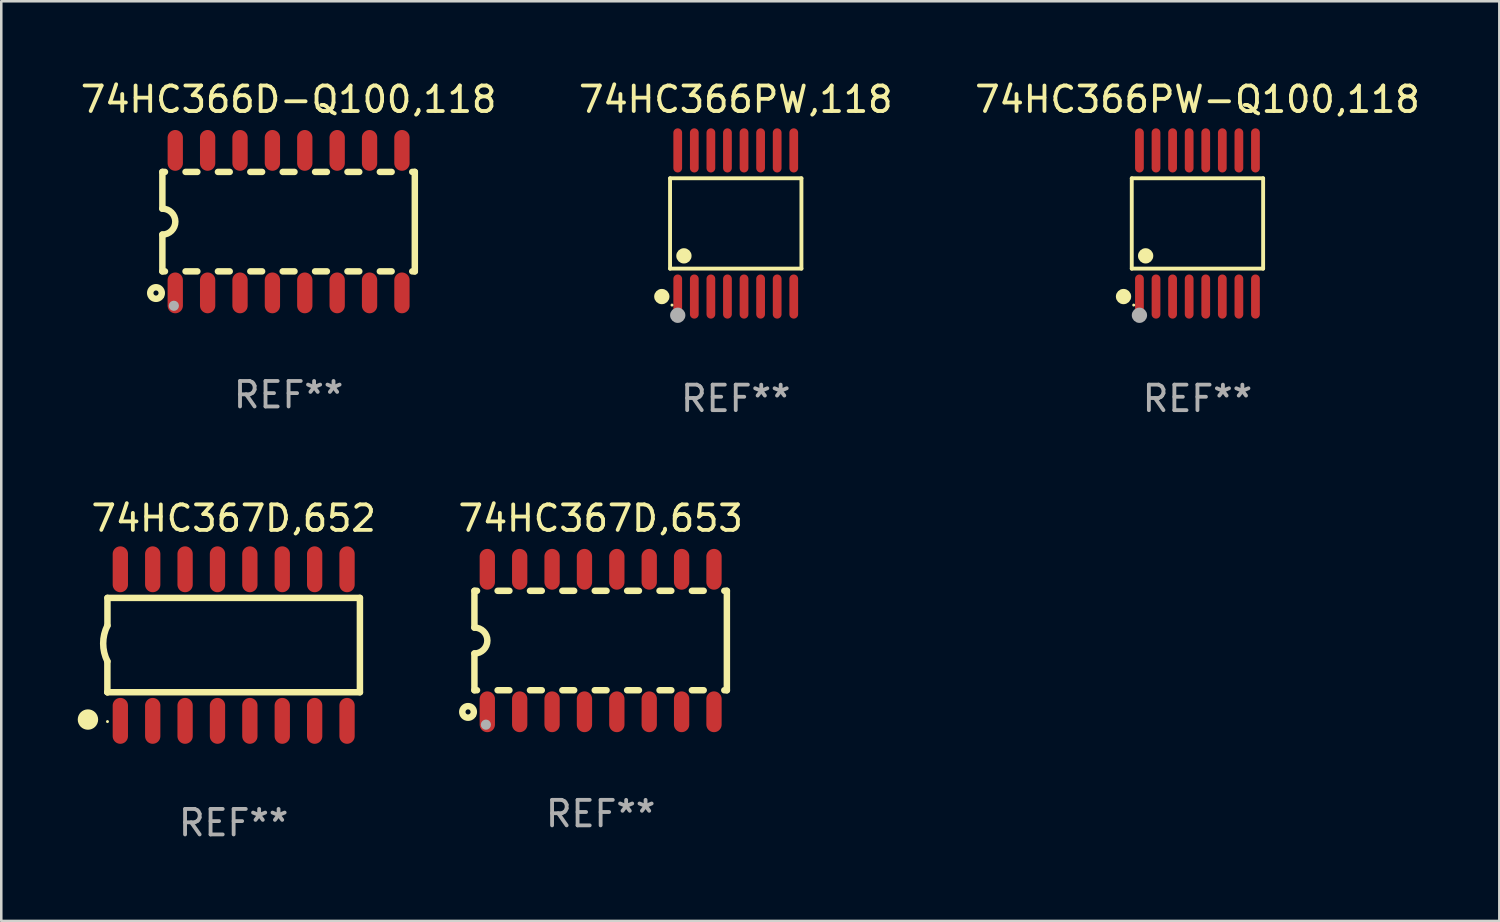
<source format=kicad_pcb>
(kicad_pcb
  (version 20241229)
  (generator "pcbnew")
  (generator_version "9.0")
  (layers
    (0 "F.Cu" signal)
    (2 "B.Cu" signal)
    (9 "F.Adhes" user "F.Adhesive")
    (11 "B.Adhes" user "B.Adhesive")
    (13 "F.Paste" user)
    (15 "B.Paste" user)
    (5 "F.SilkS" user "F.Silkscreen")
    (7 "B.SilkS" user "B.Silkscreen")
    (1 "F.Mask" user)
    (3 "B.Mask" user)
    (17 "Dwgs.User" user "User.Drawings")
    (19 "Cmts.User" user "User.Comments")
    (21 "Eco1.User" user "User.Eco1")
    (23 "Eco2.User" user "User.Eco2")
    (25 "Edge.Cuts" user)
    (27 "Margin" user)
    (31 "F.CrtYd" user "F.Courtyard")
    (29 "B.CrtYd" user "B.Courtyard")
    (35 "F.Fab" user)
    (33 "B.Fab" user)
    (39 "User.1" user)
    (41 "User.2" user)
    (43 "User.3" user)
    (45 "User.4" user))
  (footprint "74HC366PW,118"
    (layer "F.Cu")
    (at 25.804 5.714)
    (property "Reference" "74HC366PW,118" (at 0 -4.866 0) (layer "F.SilkS") (effects (font (size 1 1) (thickness 0.15))))
    (attr through_hole)
    (fp_line (start -2.576 -1.772) (end 2.576 -1.772) (stroke (width 0.152) (type solid)) (layer "F.SilkS"))
    (fp_line (start -2.576 1.771) (end -2.576 -1.772) (stroke (width 0.152) (type solid)) (layer "F.SilkS"))
    (fp_line (start 2.576 -1.772) (end 2.576 1.771) (stroke (width 0.152) (type solid)) (layer "F.SilkS"))
    (fp_line (start 2.576 1.771) (end -2.576 1.771) (stroke (width 0.152) (type solid)) (layer "F.SilkS"))
    (fp_circle (center -2.899 2.866) (end -2.749 2.866) (stroke (width 0.3) (type solid)) (fill no) (layer "F.SilkS"))
    (fp_circle (center -2.5 3.2) (end -2.47 3.2) (stroke (width 0.06) (type solid)) (fill no) (layer "F.SilkS"))
    (fp_circle (center -2.032 1.27) (end -1.882 1.27) (stroke (width 0.3) (type solid)) (fill no) (layer "F.SilkS"))
    (fp_circle (center -2.275 3.6) (end -2.125 3.6) (stroke (width 0.3) (type solid)) (fill no) (layer "F.Fab"))
    (fp_text user "REF**" (at 0 6.866 0) (layer "F.Fab") (effects (font (size 1 1) (thickness 0.15))))
    (pad "1" smd oval (at -2.275 2.866) (size 0.343 1.731) (layers "F.Cu" "F.Mask" "F.Paste"))
    (pad "2" smd oval (at -1.625 2.866) (size 0.343 1.731) (layers "F.Cu" "F.Mask" "F.Paste"))
    (pad "3" smd oval (at -0.975 2.866) (size 0.343 1.731) (layers "F.Cu" "F.Mask" "F.Paste"))
    (pad "4" smd oval (at -0.325 2.866) (size 0.343 1.731) (layers "F.Cu" "F.Mask" "F.Paste"))
    (pad "5" smd oval (at 0.325 2.866) (size 0.343 1.731) (layers "F.Cu" "F.Mask" "F.Paste"))
    (pad "6" smd oval (at 0.975 2.866) (size 0.343 1.731) (layers "F.Cu" "F.Mask" "F.Paste"))
    (pad "7" smd oval (at 1.625 2.866) (size 0.343 1.731) (layers "F.Cu" "F.Mask" "F.Paste"))
    (pad "8" smd oval (at 2.275 2.866) (size 0.343 1.731) (layers "F.Cu" "F.Mask" "F.Paste"))
    (pad "9" smd oval (at 2.275 -2.866) (size 0.343 1.731) (layers "F.Cu" "F.Mask" "F.Paste"))
    (pad "10" smd oval (at 1.625 -2.866) (size 0.343 1.731) (layers "F.Cu" "F.Mask" "F.Paste"))
    (pad "11" smd oval (at 0.975 -2.866) (size 0.343 1.731) (layers "F.Cu" "F.Mask" "F.Paste"))
    (pad "12" smd oval (at 0.325 -2.866) (size 0.343 1.731) (layers "F.Cu" "F.Mask" "F.Paste"))
    (pad "13" smd oval (at -0.325 -2.866) (size 0.343 1.731) (layers "F.Cu" "F.Mask" "F.Paste"))
    (pad "14" smd oval (at -0.975 -2.866) (size 0.343 1.731) (layers "F.Cu" "F.Mask" "F.Paste"))
    (pad "15" smd oval (at -1.625 -2.866) (size 0.343 1.731) (layers "F.Cu" "F.Mask" "F.Paste"))
    (pad "16" smd oval (at -2.275 -2.866) (size 0.343 1.731) (layers "F.Cu" "F.Mask" "F.Paste")))
  (footprint "74HC367D,653"
    (layer "F.Cu")
    (at 20.506 22.07)
    (property "Reference" "74HC367D,653" (at 0 -4.794 0) (layer "F.SilkS") (effects (font (size 1 1) (thickness 0.15))))
    (attr through_hole)
    (fp_line (start -4.95 -1.95) (end -4.95 -0.508) (stroke (width 0.254) (type solid)) (layer "F.SilkS"))
    (fp_line (start -4.95 -1.95) (end -4.849 -1.95) (stroke (width 0.254) (type solid)) (layer "F.SilkS"))
    (fp_line (start -4.95 1.95) (end -4.95 0.508) (stroke (width 0.254) (type solid)) (layer "F.SilkS"))
    (fp_line (start -4.95 1.95) (end -4.849 1.95) (stroke (width 0.254) (type solid)) (layer "F.SilkS"))
    (fp_line (start -4.041 -1.95) (end -3.579 -1.95) (stroke (width 0.254) (type solid)) (layer "F.SilkS"))
    (fp_line (start -4.041 1.95) (end -3.579 1.95) (stroke (width 0.254) (type solid)) (layer "F.SilkS"))
    (fp_line (start -2.771 -1.95) (end -2.309 -1.95) (stroke (width 0.254) (type solid)) (layer "F.SilkS"))
    (fp_line (start -2.771 1.95) (end -2.309 1.95) (stroke (width 0.254) (type solid)) (layer "F.SilkS"))
    (fp_line (start -1.501 -1.95) (end -1.039 -1.95) (stroke (width 0.254) (type solid)) (layer "F.SilkS"))
    (fp_line (start -1.501 1.95) (end -1.039 1.95) (stroke (width 0.254) (type solid)) (layer "F.SilkS"))
    (fp_line (start -0.231 -1.95) (end 0.231 -1.95) (stroke (width 0.254) (type solid)) (layer "F.SilkS"))
    (fp_line (start -0.231 1.95) (end 0.231 1.95) (stroke (width 0.254) (type solid)) (layer "F.SilkS"))
    (fp_line (start 1.039 -1.95) (end 1.501 -1.95) (stroke (width 0.254) (type solid)) (layer "F.SilkS"))
    (fp_line (start 1.039 1.95) (end 1.501 1.95) (stroke (width 0.254) (type solid)) (layer "F.SilkS"))
    (fp_line (start 2.309 -1.95) (end 2.771 -1.95) (stroke (width 0.254) (type solid)) (layer "F.SilkS"))
    (fp_line (start 2.309 1.95) (end 2.771 1.95) (stroke (width 0.254) (type solid)) (layer "F.SilkS"))
    (fp_line (start 3.579 -1.95) (end 4.041 -1.95) (stroke (width 0.254) (type solid)) (layer "F.SilkS"))
    (fp_line (start 3.579 1.95) (end 4.041 1.95) (stroke (width 0.254) (type solid)) (layer "F.SilkS"))
    (fp_line (start 4.849 -1.95) (end 4.95 -1.95) (stroke (width 0.254) (type solid)) (layer "F.SilkS"))
    (fp_line (start 4.849 1.95) (end 4.95 1.95) (stroke (width 0.254) (type solid)) (layer "F.SilkS"))
    (fp_line (start 4.95 -1.95) (end 4.95 1.95) (stroke (width 0.254) (type solid)) (layer "F.SilkS"))
    (fp_arc (start -4.95047 -0.508001) (mid -4.442469 -0.000228) (end -4.950013 0.508001) (stroke (width 0.254001) (type solid)) (layer "F.SilkS"))
    (fp_circle (center -5.2 2.8) (end -5.1 2.8) (stroke (width 0.254) (type solid)) (fill no) (layer "F.SilkS"))
    (fp_circle (center -4.95 2.947) (end -4.92 2.947) (stroke (width 0.06) (type solid)) (fill no) (layer "F.SilkS"))
    (fp_circle (center -4.5 3.3) (end -4.4 3.3) (stroke (width 0.2) (type solid)) (fill no) (layer "F.Fab"))
    (fp_text user "REF**" (at 0 6.794 0) (layer "F.Fab") (effects (font (size 1 1) (thickness 0.15))))
    (pad "1" smd oval (at -4.445 2.794) (size 0.6 1.6) (layers "F.Cu" "F.Mask" "F.Paste"))
    (pad "2" smd oval (at -3.175 2.794) (size 0.6 1.6) (layers "F.Cu" "F.Mask" "F.Paste"))
    (pad "3" smd oval (at -1.905 2.794) (size 0.6 1.6) (layers "F.Cu" "F.Mask" "F.Paste"))
    (pad "4" smd oval (at -0.635 2.794) (size 0.6 1.6) (layers "F.Cu" "F.Mask" "F.Paste"))
    (pad "5" smd oval (at 0.635 2.794) (size 0.6 1.6) (layers "F.Cu" "F.Mask" "F.Paste"))
    (pad "6" smd oval (at 1.905 2.794) (size 0.6 1.6) (layers "F.Cu" "F.Mask" "F.Paste"))
    (pad "7" smd oval (at 3.175 2.794) (size 0.6 1.6) (layers "F.Cu" "F.Mask" "F.Paste"))
    (pad "8" smd oval (at 4.445 2.794) (size 0.6 1.6) (layers "F.Cu" "F.Mask" "F.Paste"))
    (pad "9" smd oval (at 4.445 -2.794) (size 0.6 1.6) (layers "F.Cu" "F.Mask" "F.Paste"))
    (pad "10" smd oval (at 3.175 -2.794) (size 0.6 1.6) (layers "F.Cu" "F.Mask" "F.Paste"))
    (pad "11" smd oval (at 1.905 -2.794) (size 0.6 1.6) (layers "F.Cu" "F.Mask" "F.Paste"))
    (pad "12" smd oval (at 0.635 -2.794) (size 0.6 1.6) (layers "F.Cu" "F.Mask" "F.Paste"))
    (pad "13" smd oval (at -0.635 -2.794) (size 0.6 1.6) (layers "F.Cu" "F.Mask" "F.Paste"))
    (pad "14" smd oval (at -1.905 -2.794) (size 0.6 1.6) (layers "F.Cu" "F.Mask" "F.Paste"))
    (pad "15" smd oval (at -3.175 -2.794) (size 0.6 1.6) (layers "F.Cu" "F.Mask" "F.Paste"))
    (pad "16" smd oval (at -4.445 -2.794) (size 0.6 1.6) (layers "F.Cu" "F.Mask" "F.Paste")))
  (footprint "74HC366PW-Q100,118"
    (layer "F.Cu")
    (at 43.911 5.714)
    (property "Reference" "74HC366PW-Q100,118" (at 0 -4.866 0) (layer "F.SilkS") (effects (font (size 1 1) (thickness 0.15))))
    (attr through_hole)
    (fp_line (start -2.576 -1.772) (end 2.576 -1.772) (stroke (width 0.152) (type solid)) (layer "F.SilkS"))
    (fp_line (start -2.576 1.771) (end -2.576 -1.772) (stroke (width 0.152) (type solid)) (layer "F.SilkS"))
    (fp_line (start 2.576 -1.772) (end 2.576 1.771) (stroke (width 0.152) (type solid)) (layer "F.SilkS"))
    (fp_line (start 2.576 1.771) (end -2.576 1.771) (stroke (width 0.152) (type solid)) (layer "F.SilkS"))
    (fp_circle (center -2.899 2.866) (end -2.749 2.866) (stroke (width 0.3) (type solid)) (fill no) (layer "F.SilkS"))
    (fp_circle (center -2.5 3.2) (end -2.47 3.2) (stroke (width 0.06) (type solid)) (fill no) (layer "F.SilkS"))
    (fp_circle (center -2.032 1.27) (end -1.882 1.27) (stroke (width 0.3) (type solid)) (fill no) (layer "F.SilkS"))
    (fp_circle (center -2.275 3.6) (end -2.125 3.6) (stroke (width 0.3) (type solid)) (fill no) (layer "F.Fab"))
    (fp_text user "REF**" (at 0 6.866 0) (layer "F.Fab") (effects (font (size 1 1) (thickness 0.15))))
    (pad "1" smd oval (at -2.275 2.866) (size 0.343 1.731) (layers "F.Cu" "F.Mask" "F.Paste"))
    (pad "2" smd oval (at -1.625 2.866) (size 0.343 1.731) (layers "F.Cu" "F.Mask" "F.Paste"))
    (pad "3" smd oval (at -0.975 2.866) (size 0.343 1.731) (layers "F.Cu" "F.Mask" "F.Paste"))
    (pad "4" smd oval (at -0.325 2.866) (size 0.343 1.731) (layers "F.Cu" "F.Mask" "F.Paste"))
    (pad "5" smd oval (at 0.325 2.866) (size 0.343 1.731) (layers "F.Cu" "F.Mask" "F.Paste"))
    (pad "6" smd oval (at 0.975 2.866) (size 0.343 1.731) (layers "F.Cu" "F.Mask" "F.Paste"))
    (pad "7" smd oval (at 1.625 2.866) (size 0.343 1.731) (layers "F.Cu" "F.Mask" "F.Paste"))
    (pad "8" smd oval (at 2.275 2.866) (size 0.343 1.731) (layers "F.Cu" "F.Mask" "F.Paste"))
    (pad "9" smd oval (at 2.275 -2.866) (size 0.343 1.731) (layers "F.Cu" "F.Mask" "F.Paste"))
    (pad "10" smd oval (at 1.625 -2.866) (size 0.343 1.731) (layers "F.Cu" "F.Mask" "F.Paste"))
    (pad "11" smd oval (at 0.975 -2.866) (size 0.343 1.731) (layers "F.Cu" "F.Mask" "F.Paste"))
    (pad "12" smd oval (at 0.325 -2.866) (size 0.343 1.731) (layers "F.Cu" "F.Mask" "F.Paste"))
    (pad "13" smd oval (at -0.325 -2.866) (size 0.343 1.731) (layers "F.Cu" "F.Mask" "F.Paste"))
    (pad "14" smd oval (at -0.975 -2.866) (size 0.343 1.731) (layers "F.Cu" "F.Mask" "F.Paste"))
    (pad "15" smd oval (at -1.625 -2.866) (size 0.343 1.731) (layers "F.Cu" "F.Mask" "F.Paste"))
    (pad "16" smd oval (at -2.275 -2.866) (size 0.343 1.731) (layers "F.Cu" "F.Mask" "F.Paste")))
  (footprint "74HC367D,652"
    (layer "F.Cu")
    (at 6.113 22.248)
    (property "Reference" "74HC367D,652" (at 0 -4.972 0) (layer "F.SilkS") (effects (font (size 1 1) (thickness 0.15))))
    (attr through_hole)
    (fp_line (start -4.952 0.635) (end -4.952 1.85) (stroke (width 0.254) (type solid)) (layer "F.SilkS"))
    (fp_line (start -4.952 1.85) (end -4.949 1.85) (stroke (width 0.254) (type solid)) (layer "F.SilkS"))
    (fp_line (start -4.949 -1.85) (end -4.949 -0.762) (stroke (width 0.254) (type solid)) (layer "F.SilkS"))
    (fp_line (start -4.949 1.85) (end 4.952 1.85) (stroke (width 0.254) (type solid)) (layer "F.SilkS"))
    (fp_line (start 4.952 -1.85) (end -4.949 -1.85) (stroke (width 0.254) (type solid)) (layer "F.SilkS"))
    (fp_line (start 4.952 1.85) (end 4.952 -1.85) (stroke (width 0.254) (type solid)) (layer "F.SilkS"))
    (fp_arc (start -4.951512 0.635) (mid -5.116405 -0.063501) (end -4.951511 -0.762002) (stroke (width 0.254001) (type solid)) (layer "F.SilkS"))
    (fp_circle (center -5.714 2.921) (end -5.514 2.921) (stroke (width 0.4) (type solid)) (fill no) (layer "F.SilkS"))
    (fp_circle (center -4.948 3) (end -4.918 3) (stroke (width 0.06) (type solid)) (fill no) (layer "F.SilkS"))
    (fp_text user "REF**" (at 0 6.972 0) (layer "F.Fab") (effects (font (size 1 1) (thickness 0.15))))
    (pad "1" smd oval (at -4.444 2.972 180) (size 0.6 1.8) (layers "F.Cu" "F.Mask" "F.Paste"))
    (pad "2" smd oval (at -3.174 2.972 180) (size 0.6 1.8) (layers "F.Cu" "F.Mask" "F.Paste"))
    (pad "3" smd oval (at -1.904 2.972 180) (size 0.6 1.8) (layers "F.Cu" "F.Mask" "F.Paste"))
    (pad "4" smd oval (at -0.634 2.972 180) (size 0.6 1.8) (layers "F.Cu" "F.Mask" "F.Paste"))
    (pad "5" smd oval (at 0.636 2.972 180) (size 0.6 1.8) (layers "F.Cu" "F.Mask" "F.Paste"))
    (pad "6" smd oval (at 1.907 2.972 180) (size 0.6 1.8) (layers "F.Cu" "F.Mask" "F.Paste"))
    (pad "7" smd oval (at 3.177 2.972 180) (size 0.6 1.8) (layers "F.Cu" "F.Mask" "F.Paste"))
    (pad "8" smd oval (at 4.447 2.972 180) (size 0.6 1.8) (layers "F.Cu" "F.Mask" "F.Paste"))
    (pad "9" smd oval (at 4.447 -2.972 180) (size 0.6 1.8) (layers "F.Cu" "F.Mask" "F.Paste"))
    (pad "10" smd oval (at 3.177 -2.972 180) (size 0.6 1.8) (layers "F.Cu" "F.Mask" "F.Paste"))
    (pad "11" smd oval (at 1.907 -2.972 180) (size 0.6 1.8) (layers "F.Cu" "F.Mask" "F.Paste"))
    (pad "12" smd oval (at 0.636 -2.972 180) (size 0.6 1.8) (layers "F.Cu" "F.Mask" "F.Paste"))
    (pad "13" smd oval (at -0.634 -2.972 180) (size 0.6 1.8) (layers "F.Cu" "F.Mask" "F.Paste"))
    (pad "14" smd oval (at -1.904 -2.972 180) (size 0.6 1.8) (layers "F.Cu" "F.Mask" "F.Paste"))
    (pad "15" smd oval (at -3.174 -2.972 180) (size 0.6 1.8) (layers "F.Cu" "F.Mask" "F.Paste"))
    (pad "16" smd oval (at -4.444 -2.972 180) (size 0.6 1.8) (layers "F.Cu" "F.Mask" "F.Paste")))
  (footprint "74HC366D-Q100,118"
    (layer "F.Cu")
    (at 8.268 5.642)
    (property "Reference" "74HC366D-Q100,118" (at 0 -4.794 0) (layer "F.SilkS") (effects (font (size 1 1) (thickness 0.15))))
    (attr through_hole)
    (fp_line (start -4.95 -1.95) (end -4.95 -0.508) (stroke (width 0.254) (type solid)) (layer "F.SilkS"))
    (fp_line (start -4.95 -1.95) (end -4.849 -1.95) (stroke (width 0.254) (type solid)) (layer "F.SilkS"))
    (fp_line (start -4.95 1.95) (end -4.95 0.508) (stroke (width 0.254) (type solid)) (layer "F.SilkS"))
    (fp_line (start -4.95 1.95) (end -4.849 1.95) (stroke (width 0.254) (type solid)) (layer "F.SilkS"))
    (fp_line (start -4.041 -1.95) (end -3.579 -1.95) (stroke (width 0.254) (type solid)) (layer "F.SilkS"))
    (fp_line (start -4.041 1.95) (end -3.579 1.95) (stroke (width 0.254) (type solid)) (layer "F.SilkS"))
    (fp_line (start -2.771 -1.95) (end -2.309 -1.95) (stroke (width 0.254) (type solid)) (layer "F.SilkS"))
    (fp_line (start -2.771 1.95) (end -2.309 1.95) (stroke (width 0.254) (type solid)) (layer "F.SilkS"))
    (fp_line (start -1.501 -1.95) (end -1.039 -1.95) (stroke (width 0.254) (type solid)) (layer "F.SilkS"))
    (fp_line (start -1.501 1.95) (end -1.039 1.95) (stroke (width 0.254) (type solid)) (layer "F.SilkS"))
    (fp_line (start -0.231 -1.95) (end 0.231 -1.95) (stroke (width 0.254) (type solid)) (layer "F.SilkS"))
    (fp_line (start -0.231 1.95) (end 0.231 1.95) (stroke (width 0.254) (type solid)) (layer "F.SilkS"))
    (fp_line (start 1.039 -1.95) (end 1.501 -1.95) (stroke (width 0.254) (type solid)) (layer "F.SilkS"))
    (fp_line (start 1.039 1.95) (end 1.501 1.95) (stroke (width 0.254) (type solid)) (layer "F.SilkS"))
    (fp_line (start 2.309 -1.95) (end 2.771 -1.95) (stroke (width 0.254) (type solid)) (layer "F.SilkS"))
    (fp_line (start 2.309 1.95) (end 2.771 1.95) (stroke (width 0.254) (type solid)) (layer "F.SilkS"))
    (fp_line (start 3.579 -1.95) (end 4.041 -1.95) (stroke (width 0.254) (type solid)) (layer "F.SilkS"))
    (fp_line (start 3.579 1.95) (end 4.041 1.95) (stroke (width 0.254) (type solid)) (layer "F.SilkS"))
    (fp_line (start 4.849 -1.95) (end 4.95 -1.95) (stroke (width 0.254) (type solid)) (layer "F.SilkS"))
    (fp_line (start 4.849 1.95) (end 4.95 1.95) (stroke (width 0.254) (type solid)) (layer "F.SilkS"))
    (fp_line (start 4.95 -1.95) (end 4.95 1.95) (stroke (width 0.254) (type solid)) (layer "F.SilkS"))
    (fp_arc (start -4.95047 -0.508001) (mid -4.442469 -0.000228) (end -4.950013 0.508001) (stroke (width 0.254001) (type solid)) (layer "F.SilkS"))
    (fp_circle (center -5.2 2.8) (end -5.1 2.8) (stroke (width 0.254) (type solid)) (fill no) (layer "F.SilkS"))
    (fp_circle (center -4.95 2.947) (end -4.92 2.947) (stroke (width 0.06) (type solid)) (fill no) (layer "F.SilkS"))
    (fp_circle (center -4.5 3.3) (end -4.4 3.3) (stroke (width 0.2) (type solid)) (fill no) (layer "F.Fab"))
    (fp_text user "REF**" (at 0 6.794 0) (layer "F.Fab") (effects (font (size 1 1) (thickness 0.15))))
    (pad "1" smd oval (at -4.445 2.794) (size 0.6 1.6) (layers "F.Cu" "F.Mask" "F.Paste"))
    (pad "2" smd oval (at -3.175 2.794) (size 0.6 1.6) (layers "F.Cu" "F.Mask" "F.Paste"))
    (pad "3" smd oval (at -1.905 2.794) (size 0.6 1.6) (layers "F.Cu" "F.Mask" "F.Paste"))
    (pad "4" smd oval (at -0.635 2.794) (size 0.6 1.6) (layers "F.Cu" "F.Mask" "F.Paste"))
    (pad "5" smd oval (at 0.635 2.794) (size 0.6 1.6) (layers "F.Cu" "F.Mask" "F.Paste"))
    (pad "6" smd oval (at 1.905 2.794) (size 0.6 1.6) (layers "F.Cu" "F.Mask" "F.Paste"))
    (pad "7" smd oval (at 3.175 2.794) (size 0.6 1.6) (layers "F.Cu" "F.Mask" "F.Paste"))
    (pad "8" smd oval (at 4.445 2.794) (size 0.6 1.6) (layers "F.Cu" "F.Mask" "F.Paste"))
    (pad "9" smd oval (at 4.445 -2.794) (size 0.6 1.6) (layers "F.Cu" "F.Mask" "F.Paste"))
    (pad "10" smd oval (at 3.175 -2.794) (size 0.6 1.6) (layers "F.Cu" "F.Mask" "F.Paste"))
    (pad "11" smd oval (at 1.905 -2.794) (size 0.6 1.6) (layers "F.Cu" "F.Mask" "F.Paste"))
    (pad "12" smd oval (at 0.635 -2.794) (size 0.6 1.6) (layers "F.Cu" "F.Mask" "F.Paste"))
    (pad "13" smd oval (at -0.635 -2.794) (size 0.6 1.6) (layers "F.Cu" "F.Mask" "F.Paste"))
    (pad "14" smd oval (at -1.905 -2.794) (size 0.6 1.6) (layers "F.Cu" "F.Mask" "F.Paste"))
    (pad "15" smd oval (at -3.175 -2.794) (size 0.6 1.6) (layers "F.Cu" "F.Mask" "F.Paste"))
    (pad "16" smd oval (at -4.445 -2.794) (size 0.6 1.6) (layers "F.Cu" "F.Mask" "F.Paste")))
  (gr_rect
    (start -3 -3)
    (end 55.75 33.068)
    (stroke (width 0.1) (type default))
    (fill no)
    (layer "Edge.Cuts")))
</source>
